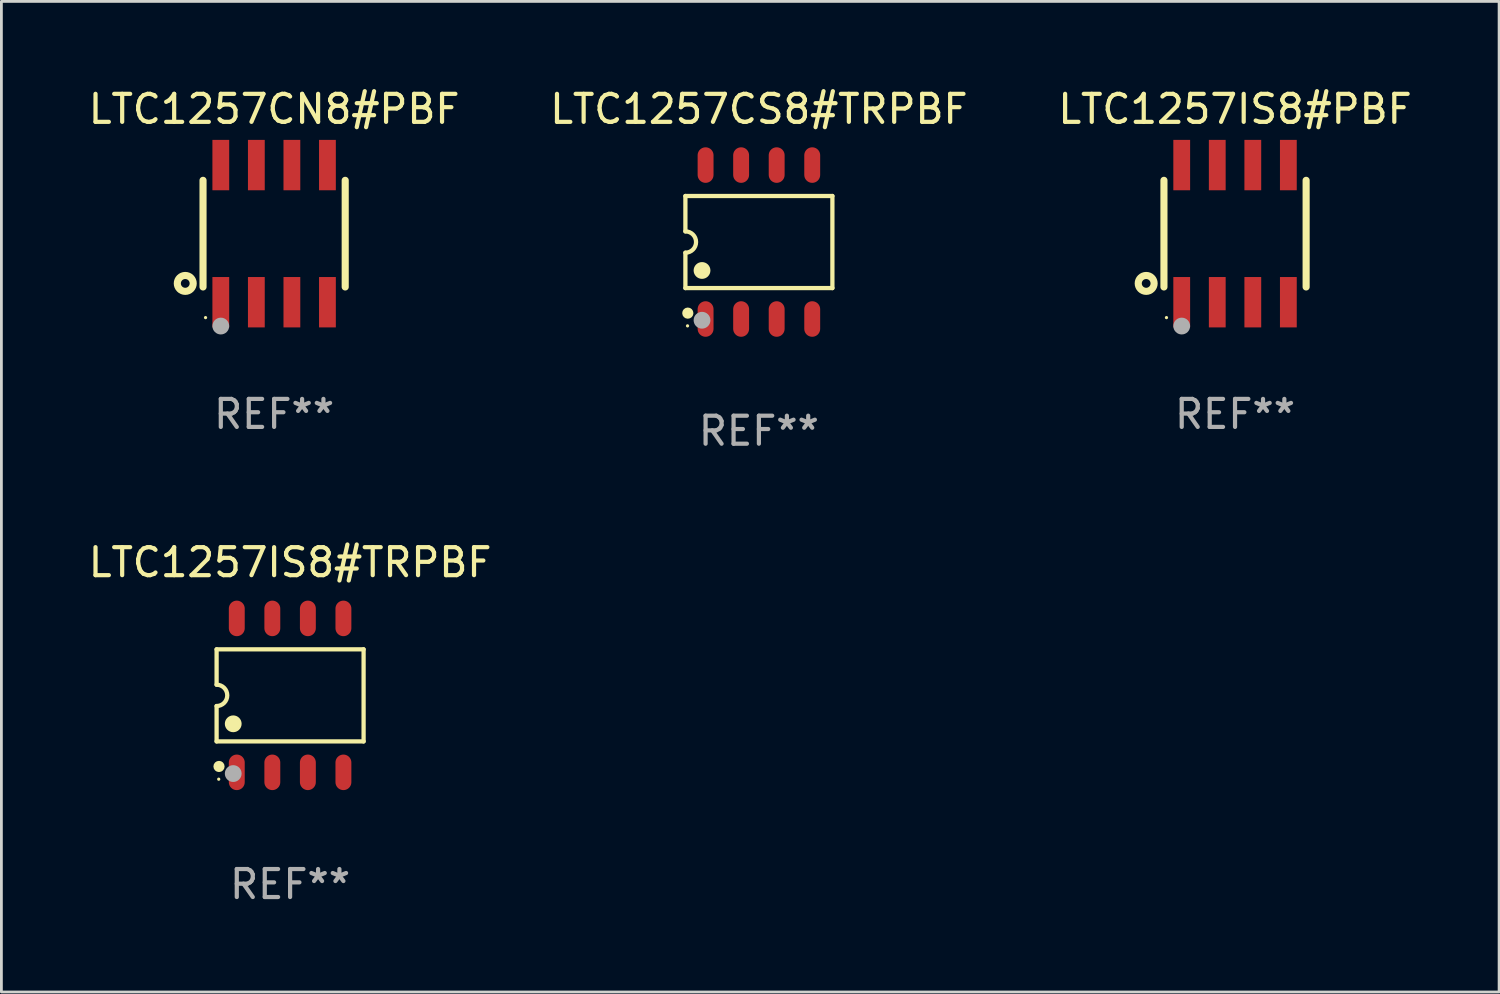
<source format=kicad_pcb>
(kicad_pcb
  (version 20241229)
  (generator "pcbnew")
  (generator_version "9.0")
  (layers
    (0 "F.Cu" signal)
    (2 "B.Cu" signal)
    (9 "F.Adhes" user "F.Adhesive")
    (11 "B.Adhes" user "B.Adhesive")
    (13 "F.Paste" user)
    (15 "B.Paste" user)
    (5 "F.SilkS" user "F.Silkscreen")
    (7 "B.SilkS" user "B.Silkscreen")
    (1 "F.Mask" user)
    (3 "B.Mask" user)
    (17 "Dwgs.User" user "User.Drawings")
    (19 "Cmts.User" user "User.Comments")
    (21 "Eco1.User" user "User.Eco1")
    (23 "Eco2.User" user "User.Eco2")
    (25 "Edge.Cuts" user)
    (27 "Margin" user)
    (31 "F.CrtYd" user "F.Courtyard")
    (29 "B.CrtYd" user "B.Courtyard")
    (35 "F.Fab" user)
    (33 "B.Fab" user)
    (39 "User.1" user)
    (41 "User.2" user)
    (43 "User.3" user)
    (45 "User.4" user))
  (footprint "LTC1257IS8#PBF"
    (layer "F.Cu")
    (at 41.077 5.298)
    (property "Reference" "LTC1257IS8#PBF" (at 0 -4.45 0) (layer "F.SilkS") (effects (font (size 1 1) (thickness 0.15))))
    (attr through_hole)
    (fp_line (start -2.54 -1.905) (end -2.54 1.905) (stroke (width 0.254) (type solid)) (layer "F.SilkS"))
    (fp_line (start 2.54 -1.905) (end 2.54 1.905) (stroke (width 0.254) (type solid)) (layer "F.SilkS"))
    (fp_circle (center -3.175 1.778) (end -2.891 1.778) (stroke (width 0.254) (type solid)) (fill no) (layer "F.SilkS"))
    (fp_circle (center -2.45 3) (end -2.42 3) (stroke (width 0.06) (type solid)) (fill no) (layer "F.SilkS"))
    (fp_circle (center -1.905 3.302) (end -1.755 3.302) (stroke (width 0.3) (type solid)) (fill no) (layer "F.Fab"))
    (fp_text user "REF**" (at 0 6.45 0) (layer "F.Fab") (effects (font (size 1 1) (thickness 0.15))))
    (pad "1" smd rect (at -1.905 2.45) (size 0.6 1.8) (layers "F.Cu" "F.Mask" "F.Paste"))
    (pad "2" smd rect (at -0.635 2.45) (size 0.6 1.8) (layers "F.Cu" "F.Mask" "F.Paste"))
    (pad "3" smd rect (at 0.635 2.45) (size 0.6 1.8) (layers "F.Cu" "F.Mask" "F.Paste"))
    (pad "4" smd rect (at 1.905 2.45) (size 0.6 1.8) (layers "F.Cu" "F.Mask" "F.Paste"))
    (pad "5" smd rect (at 1.905 -2.45 180) (size 0.6 1.8) (layers "F.Cu" "F.Mask" "F.Paste"))
    (pad "6" smd rect (at 0.635 -2.45 180) (size 0.6 1.8) (layers "F.Cu" "F.Mask" "F.Paste"))
    (pad "7" smd rect (at -0.635 -2.45 180) (size 0.6 1.8) (layers "F.Cu" "F.Mask" "F.Paste"))
    (pad "8" smd rect (at -1.905 -2.45 180) (size 0.6 1.8) (layers "F.Cu" "F.Mask" "F.Paste")))
  (footprint "LTC1257IS8#TRPBF"
    (layer "F.Cu")
    (at 7.315 21.795)
    (property "Reference" "LTC1257IS8#TRPBF" (at 0 -4.75 0) (layer "F.SilkS") (effects (font (size 1 1) (thickness 0.15))))
    (attr through_hole)
    (fp_line (start -2.626 -1.645) (end 2.626 -1.645) (stroke (width 0.152) (type solid)) (layer "F.SilkS"))
    (fp_line (start -2.626 -0.381) (end -2.626 -1.645) (stroke (width 0.152) (type solid)) (layer "F.SilkS"))
    (fp_line (start -2.626 0.381) (end -2.626 1.645) (stroke (width 0.152) (type solid)) (layer "F.SilkS"))
    (fp_line (start 2.626 -1.645) (end 2.626 1.645) (stroke (width 0.152) (type solid)) (layer "F.SilkS"))
    (fp_line (start 2.626 1.645) (end -2.626 1.645) (stroke (width 0.152) (type solid)) (layer "F.SilkS"))
    (fp_arc (start -2.626213 -0.381001) (mid -2.245212 0) (end -2.626213 0.381001) (stroke (width 0.151994) (type solid)) (layer "F.SilkS"))
    (fp_circle (center -2.55 2.995) (end -2.52 2.995) (stroke (width 0.06) (type solid)) (fill no) (layer "F.SilkS"))
    (fp_circle (center -2.54 2.54) (end -2.44 2.54) (stroke (width 0.2) (type solid)) (fill no) (layer "F.SilkS"))
    (fp_circle (center -2.032 1.016) (end -1.882 1.016) (stroke (width 0.3) (type solid)) (fill no) (layer "F.SilkS"))
    (fp_circle (center -2.032 2.794) (end -1.882 2.794) (stroke (width 0.3) (type solid)) (fill no) (layer "F.Fab"))
    (fp_text user "REF**" (at 0 6.75 0) (layer "F.Fab") (effects (font (size 1 1) (thickness 0.15))))
    (pad "1" smd oval (at -1.905 2.75) (size 0.568 1.27) (layers "F.Cu" "F.Mask" "F.Paste"))
    (pad "2" smd oval (at -0.635 2.75) (size 0.568 1.27) (layers "F.Cu" "F.Mask" "F.Paste"))
    (pad "3" smd oval (at 0.635 2.75) (size 0.568 1.27) (layers "F.Cu" "F.Mask" "F.Paste"))
    (pad "4" smd oval (at 1.905 2.75) (size 0.568 1.27) (layers "F.Cu" "F.Mask" "F.Paste"))
    (pad "5" smd oval (at 1.905 -2.75) (size 0.568 1.27) (layers "F.Cu" "F.Mask" "F.Paste"))
    (pad "6" smd oval (at 0.635 -2.75) (size 0.568 1.27) (layers "F.Cu" "F.Mask" "F.Paste"))
    (pad "7" smd oval (at -0.635 -2.75) (size 0.568 1.27) (layers "F.Cu" "F.Mask" "F.Paste"))
    (pad "8" smd oval (at -1.905 -2.75) (size 0.568 1.27) (layers "F.Cu" "F.Mask" "F.Paste")))
  (footprint "LTC1257CN8#PBF"
    (layer "F.Cu")
    (at 6.744 5.298)
    (property "Reference" "LTC1257CN8#PBF" (at 0 -4.45 0) (layer "F.SilkS") (effects (font (size 1 1) (thickness 0.15))))
    (attr through_hole)
    (fp_line (start -2.54 -1.905) (end -2.54 1.905) (stroke (width 0.254) (type solid)) (layer "F.SilkS"))
    (fp_line (start 2.54 -1.905) (end 2.54 1.905) (stroke (width 0.254) (type solid)) (layer "F.SilkS"))
    (fp_circle (center -3.175 1.778) (end -2.891 1.778) (stroke (width 0.254) (type solid)) (fill no) (layer "F.SilkS"))
    (fp_circle (center -2.45 3) (end -2.42 3) (stroke (width 0.06) (type solid)) (fill no) (layer "F.SilkS"))
    (fp_circle (center -1.905 3.302) (end -1.755 3.302) (stroke (width 0.3) (type solid)) (fill no) (layer "F.Fab"))
    (fp_text user "REF**" (at 0 6.45 0) (layer "F.Fab") (effects (font (size 1 1) (thickness 0.15))))
    (pad "1" smd rect (at -1.905 2.45) (size 0.6 1.8) (layers "F.Cu" "F.Mask" "F.Paste"))
    (pad "2" smd rect (at -0.635 2.45) (size 0.6 1.8) (layers "F.Cu" "F.Mask" "F.Paste"))
    (pad "3" smd rect (at 0.635 2.45) (size 0.6 1.8) (layers "F.Cu" "F.Mask" "F.Paste"))
    (pad "4" smd rect (at 1.905 2.45) (size 0.6 1.8) (layers "F.Cu" "F.Mask" "F.Paste"))
    (pad "5" smd rect (at 1.905 -2.45 180) (size 0.6 1.8) (layers "F.Cu" "F.Mask" "F.Paste"))
    (pad "6" smd rect (at 0.635 -2.45 180) (size 0.6 1.8) (layers "F.Cu" "F.Mask" "F.Paste"))
    (pad "7" smd rect (at -0.635 -2.45 180) (size 0.6 1.8) (layers "F.Cu" "F.Mask" "F.Paste"))
    (pad "8" smd rect (at -1.905 -2.45 180) (size 0.6 1.8) (layers "F.Cu" "F.Mask" "F.Paste")))
  (footprint "LTC1257CS8#TRPBF"
    (layer "F.Cu")
    (at 24.065 5.598)
    (property "Reference" "LTC1257CS8#TRPBF" (at 0 -4.75 0) (layer "F.SilkS") (effects (font (size 1 1) (thickness 0.15))))
    (attr through_hole)
    (fp_line (start -2.626 -1.645) (end 2.626 -1.645) (stroke (width 0.152) (type solid)) (layer "F.SilkS"))
    (fp_line (start -2.626 -0.381) (end -2.626 -1.645) (stroke (width 0.152) (type solid)) (layer "F.SilkS"))
    (fp_line (start -2.626 0.381) (end -2.626 1.645) (stroke (width 0.152) (type solid)) (layer "F.SilkS"))
    (fp_line (start 2.626 -1.645) (end 2.626 1.645) (stroke (width 0.152) (type solid)) (layer "F.SilkS"))
    (fp_line (start 2.626 1.645) (end -2.626 1.645) (stroke (width 0.152) (type solid)) (layer "F.SilkS"))
    (fp_arc (start -2.626213 -0.381001) (mid -2.245212 0) (end -2.626213 0.381001) (stroke (width 0.151994) (type solid)) (layer "F.SilkS"))
    (fp_circle (center -2.55 2.995) (end -2.52 2.995) (stroke (width 0.06) (type solid)) (fill no) (layer "F.SilkS"))
    (fp_circle (center -2.54 2.54) (end -2.44 2.54) (stroke (width 0.2) (type solid)) (fill no) (layer "F.SilkS"))
    (fp_circle (center -2.032 1.016) (end -1.882 1.016) (stroke (width 0.3) (type solid)) (fill no) (layer "F.SilkS"))
    (fp_circle (center -2.032 2.794) (end -1.882 2.794) (stroke (width 0.3) (type solid)) (fill no) (layer "F.Fab"))
    (fp_text user "REF**" (at 0 6.75 0) (layer "F.Fab") (effects (font (size 1 1) (thickness 0.15))))
    (pad "1" smd oval (at -1.905 2.75) (size 0.568 1.27) (layers "F.Cu" "F.Mask" "F.Paste"))
    (pad "2" smd oval (at -0.635 2.75) (size 0.568 1.27) (layers "F.Cu" "F.Mask" "F.Paste"))
    (pad "3" smd oval (at 0.635 2.75) (size 0.568 1.27) (layers "F.Cu" "F.Mask" "F.Paste"))
    (pad "4" smd oval (at 1.905 2.75) (size 0.568 1.27) (layers "F.Cu" "F.Mask" "F.Paste"))
    (pad "5" smd oval (at 1.905 -2.75) (size 0.568 1.27) (layers "F.Cu" "F.Mask" "F.Paste"))
    (pad "6" smd oval (at 0.635 -2.75) (size 0.568 1.27) (layers "F.Cu" "F.Mask" "F.Paste"))
    (pad "7" smd oval (at -0.635 -2.75) (size 0.568 1.27) (layers "F.Cu" "F.Mask" "F.Paste"))
    (pad "8" smd oval (at -1.905 -2.75) (size 0.568 1.27) (layers "F.Cu" "F.Mask" "F.Paste")))
  (gr_rect
    (start -3 -3)
    (end 50.512 32.393)
    (stroke (width 0.1) (type default))
    (fill no)
    (layer "Edge.Cuts")))
</source>
